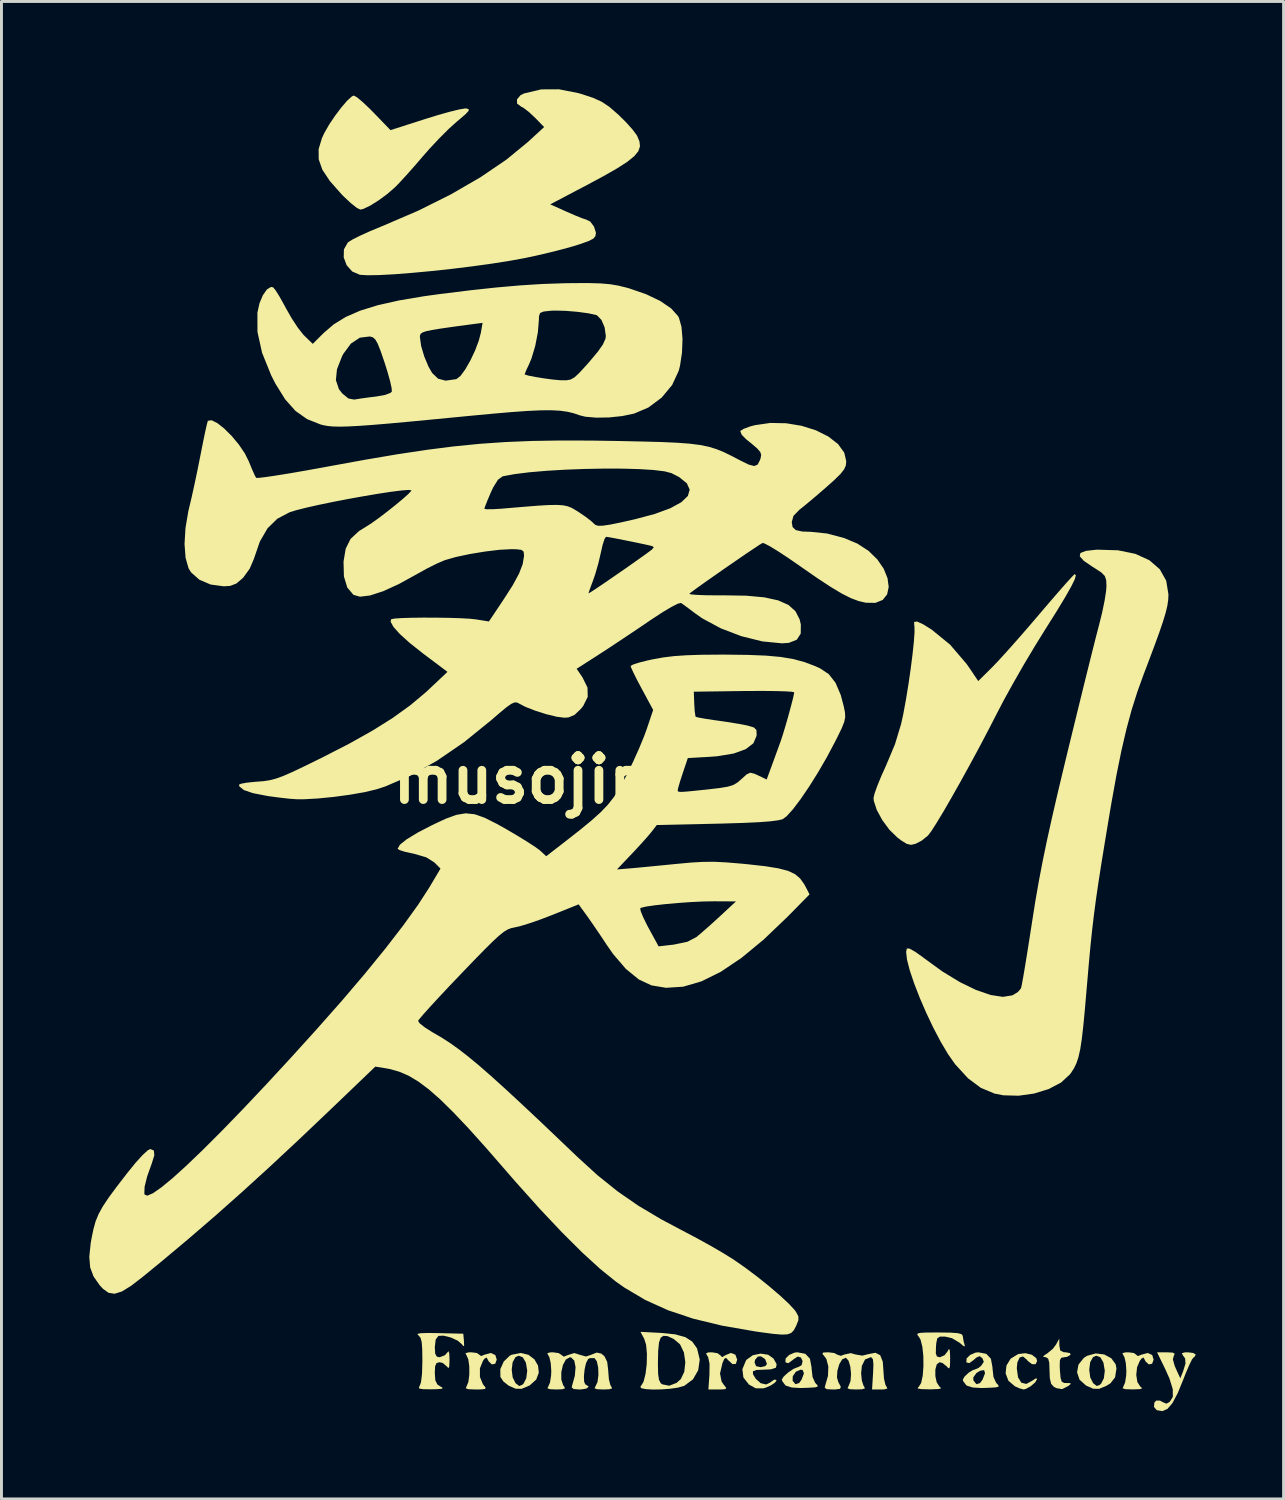
<source format=kicad_pcb>
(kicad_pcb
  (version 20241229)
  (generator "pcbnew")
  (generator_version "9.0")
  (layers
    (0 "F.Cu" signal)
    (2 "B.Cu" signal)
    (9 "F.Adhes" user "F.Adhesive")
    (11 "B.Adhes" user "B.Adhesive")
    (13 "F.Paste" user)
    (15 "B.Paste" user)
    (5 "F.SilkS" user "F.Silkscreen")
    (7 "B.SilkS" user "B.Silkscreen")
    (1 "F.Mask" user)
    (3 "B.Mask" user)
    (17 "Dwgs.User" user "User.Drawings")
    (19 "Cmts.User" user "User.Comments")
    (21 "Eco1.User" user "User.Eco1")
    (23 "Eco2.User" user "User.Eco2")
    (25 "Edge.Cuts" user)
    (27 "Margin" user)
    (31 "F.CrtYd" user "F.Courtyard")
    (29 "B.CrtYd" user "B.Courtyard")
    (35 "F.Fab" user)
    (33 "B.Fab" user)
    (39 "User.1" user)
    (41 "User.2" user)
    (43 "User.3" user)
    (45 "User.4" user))
  (footprint "musojin"
    (layer "F.Cu")
    (at 14.764 23.582)
    (property "Reference" "musojin" (at 0 0 0) (layer "F.SilkS") (effects (font (size 1.5 1.5) (thickness 0.3))))
    (attr board_only exclude_from_pos_files exclude_from_bom)
    (fp_poly (pts (xy 6.694 19.589) (xy 6.795 19.664) (xy 6.852 19.724) (xy 6.97 19.654) (xy 6.97 19.654) (xy 7.153 19.579) (xy 7.303 19.638) (xy 7.366 19.809) (xy 7.366 19.809) (xy 7.32 19.954) (xy 7.207 19.962) (xy 7.064 19.833) (xy 6.982 19.745) (xy 6.923 19.786) (xy 6.864 19.923) (xy 6.779 20.281) (xy 6.833 20.558) (xy 6.913 20.673) (xy 6.991 20.772) (xy 6.963 20.816) (xy 6.802 20.828) (xy 6.718 20.828) (xy 6.382 20.828) (xy 6.418 20.32) (xy 6.422 19.95) (xy 6.373 19.721) (xy 6.35 19.685) (xy 6.301 19.597) (xy 6.376 19.562) (xy 6.502 19.558)) (stroke (width 0) (type solid)) (fill yes) (layer "F.SilkS"))
    (fp_poly (pts (xy 17.432 19.642) (xy 17.581 19.758) (xy 17.611 19.853) (xy 17.559 19.964) (xy 17.436 19.963) (xy 17.293 19.855) (xy 17.261 19.813) (xy 17.128 19.7) (xy 17.012 19.737) (xy 16.935 19.907) (xy 16.916 20.1) (xy 16.958 20.412) (xy 17.071 20.596) (xy 17.24 20.639) (xy 17.447 20.527) (xy 17.456 20.519) (xy 17.57 20.446) (xy 17.611 20.471) (xy 17.545 20.585) (xy 17.394 20.715) (xy 17.225 20.809) (xy 17.147 20.827) (xy 17.012 20.79) (xy 16.85 20.719) (xy 16.629 20.529) (xy 16.535 20.277) (xy 16.562 20.011) (xy 16.706 19.776) (xy 16.962 19.619) (xy 16.963 19.618) (xy 17.207 19.588)) (stroke (width 0) (type solid)) (fill yes) (layer "F.SilkS"))
    (fp_poly (pts (xy -1.525 19.582) (xy -1.44 19.64) (xy -1.439 19.646) (xy -1.38 19.686) (xy -1.263 19.639) (xy -1.046 19.581) (xy -0.895 19.652) (xy -0.847 19.809) (xy -0.899 19.949) (xy -1.013 19.971) (xy -1.124 19.868) (xy -1.14 19.833) (xy -1.193 19.736) (xy -1.259 19.772) (xy -1.318 19.849) (xy -1.422 20.107) (xy -1.421 20.401) (xy -1.319 20.649) (xy -1.299 20.673) (xy -1.227 20.765) (xy -1.248 20.811) (xy -1.391 20.826) (xy -1.57 20.828) (xy -1.811 20.819) (xy -1.906 20.787) (xy -1.88 20.726) (xy -1.816 20.574) (xy -1.784 20.323) (xy -1.785 20.041) (xy -1.819 19.796) (xy -1.88 19.66) (xy -1.915 19.589) (xy -1.815 19.561) (xy -1.71 19.558)) (stroke (width 0) (type solid)) (fill yes) (layer "F.SilkS"))
    (fp_poly (pts (xy 19.901 19.631) (xy 20.143 19.761) (xy 20.293 19.966) (xy 20.32 20.115) (xy 20.273 20.415) (xy 20.112 20.62) (xy 19.975 20.704) (xy 19.729 20.806) (xy 19.525 20.802) (xy 19.284 20.695) (xy 19.061 20.496) (xy 18.975 20.242) (xy 18.991 20.153) (xy 19.391 20.153) (xy 19.425 20.416) (xy 19.523 20.612) (xy 19.528 20.616) (xy 19.648 20.709) (xy 19.748 20.672) (xy 19.799 20.624) (xy 19.89 20.444) (xy 19.922 20.189) (xy 19.922 20.184) (xy 19.875 19.908) (xy 19.77 19.729) (xy 19.629 19.674) (xy 19.52 19.724) (xy 19.422 19.898) (xy 19.391 20.153) (xy 18.991 20.153) (xy 19.023 19.979) (xy 19.203 19.752) (xy 19.319 19.677) (xy 19.611 19.597)) (stroke (width 0) (type solid)) (fill yes) (layer "F.SilkS"))
    (fp_poly (pts (xy 0.235 19.643) (xy 0.439 19.798) (xy 0.563 20.011) (xy 0.59 20.252) (xy 0.502 20.488) (xy 0.282 20.686) (xy 0.248 20.704) (xy -0.000183 20.806) (xy -0.205 20.801) (xy -0.439 20.698) (xy -0.622 20.552) (xy -0.722 20.399) (xy -0.725 20.153) (xy -0.336 20.153) (xy -0.303 20.416) (xy -0.204 20.612) (xy -0.2 20.616) (xy -0.08 20.709) (xy 0.02 20.672) (xy 0.071 20.624) (xy 0.162 20.444) (xy 0.194 20.189) (xy 0.194 20.184) (xy 0.148 19.908) (xy 0.042 19.729) (xy -0.099 19.674) (xy -0.207 19.724) (xy -0.305 19.898) (xy -0.336 20.153) (xy -0.725 20.153) (xy -0.726 20.136) (xy -0.608 19.873) (xy -0.403 19.675) (xy -0.338 19.642) (xy -0.029 19.581)) (stroke (width 0) (type solid)) (fill yes) (layer "F.SilkS"))
    (fp_poly (pts (xy 18.37 19.325) (xy 18.4 19.497) (xy 18.518 19.555) (xy 18.589 19.558) (xy 18.733 19.585) (xy 18.754 19.643) (xy 18.635 19.713) (xy 18.533 19.727) (xy 18.435 19.746) (xy 18.389 19.829) (xy 18.382 20.018) (xy 18.389 20.172) (xy 18.411 20.431) (xy 18.453 20.562) (xy 18.535 20.606) (xy 18.618 20.608) (xy 18.757 20.611) (xy 18.741 20.656) (xy 18.665 20.714) (xy 18.464 20.816) (xy 18.268 20.782) (xy 18.182 20.737) (xy 18.089 20.634) (xy 18.044 20.439) (xy 18.034 20.189) (xy 18.025 19.917) (xy 17.989 19.776) (xy 17.915 19.727) (xy 17.886 19.724) (xy 17.809 19.706) (xy 17.877 19.645) (xy 17.94 19.609) (xy 18.141 19.445) (xy 18.255 19.295) (xy 18.367 19.092)) (stroke (width 0) (type solid)) (fill yes) (layer "F.SilkS"))
    (fp_poly (pts (xy 20.912 19.582) (xy 20.997 19.64) (xy 20.997 19.646) (xy 21.056 19.686) (xy 21.173 19.639) (xy 21.391 19.581) (xy 21.542 19.652) (xy 21.59 19.809) (xy 21.538 19.949) (xy 21.424 19.971) (xy 21.313 19.868) (xy 21.297 19.833) (xy 21.244 19.736) (xy 21.178 19.772) (xy 21.118 19.849) (xy 21.024 20.068) (xy 20.997 20.332) (xy 21.035 20.575) (xy 21.136 20.731) (xy 21.145 20.737) (xy 21.199 20.788) (xy 21.123 20.816) (xy 20.897 20.825) (xy 20.875 20.825) (xy 20.631 20.818) (xy 20.532 20.788) (xy 20.556 20.728) (xy 20.557 20.726) (xy 20.616 20.587) (xy 20.653 20.346) (xy 20.659 20.193) (xy 20.64 19.924) (xy 20.592 19.72) (xy 20.557 19.66) (xy 20.522 19.589) (xy 20.622 19.561) (xy 20.726 19.558)) (stroke (width 0) (type solid)) (fill yes) (layer "F.SilkS"))
    (fp_poly (pts (xy 8.425 19.642) (xy 8.604 19.769) (xy 8.714 19.964) (xy 8.69 20.083) (xy 8.52 20.14) (xy 8.297 20.151) (xy 8.025 20.161) (xy 7.902 20.207) (xy 7.907 20.311) (xy 8.006 20.47) (xy 8.169 20.613) (xy 8.354 20.657) (xy 8.497 20.59) (xy 8.509 20.574) (xy 8.632 20.492) (xy 8.659 20.489) (xy 8.713 20.521) (xy 8.653 20.596) (xy 8.518 20.687) (xy 8.346 20.764) (xy 8.253 20.79) (xy 7.997 20.787) (xy 7.767 20.659) (xy 7.578 20.418) (xy 7.543 20.135) (xy 7.638 19.906) (xy 7.959 19.906) (xy 8.013 20.033) (xy 8.17 20.066) (xy 8.33 20.028) (xy 8.382 19.956) (xy 8.32 19.79) (xy 8.178 19.696) (xy 8.075 19.701) (xy 7.977 19.813) (xy 7.959 19.906) (xy 7.638 19.906) (xy 7.663 19.845) (xy 7.694 19.804) (xy 7.901 19.658) (xy 8.166 19.603)) (stroke (width 0) (type solid)) (fill yes) (layer "F.SilkS"))
    (fp_poly (pts (xy 22.247 19.569) (xy 22.311 19.611) (xy 22.283 19.666) (xy 22.247 19.8) (xy 22.31 20.024) (xy 22.347 20.11) (xy 22.501 20.447) (xy 22.596 20.209) (xy 22.678 19.945) (xy 22.667 19.771) (xy 22.589 19.66) (xy 22.554 19.589) (xy 22.654 19.561) (xy 22.758 19.558) (xy 22.944 19.581) (xy 23.029 19.637) (xy 23.029 19.643) (xy 22.976 19.725) (xy 22.959 19.727) (xy 22.901 19.801) (xy 22.803 20) (xy 22.681 20.288) (xy 22.611 20.468) (xy 22.412 20.955) (xy 22.234 21.291) (xy 22.064 21.49) (xy 21.89 21.567) (xy 21.7 21.535) (xy 21.696 21.534) (xy 21.601 21.423) (xy 21.616 21.274) (xy 21.678 21.207) (xy 21.809 21.208) (xy 21.89 21.254) (xy 22.025 21.313) (xy 22.14 21.251) (xy 22.246 21.08) (xy 22.244 20.819) (xy 22.132 20.456) (xy 21.986 20.13) (xy 21.707 19.558) (xy 22.04 19.558)) (stroke (width 0) (type solid)) (fill yes) (layer "F.SilkS"))
    (fp_poly (pts (xy -5.623 -23.31) (xy -5.436 -23.155) (xy -5.197 -22.93) (xy -5.046 -22.778) (xy -4.476 -22.187) (xy -3.281 -22.57) (xy -2.844 -22.705) (xy -2.451 -22.815) (xy -2.136 -22.892) (xy -1.933 -22.927) (xy -1.891 -22.928) (xy -1.807 -22.904) (xy -1.806 -22.848) (xy -1.904 -22.74) (xy -2.115 -22.557) (xy -2.209 -22.479) (xy -2.484 -22.232) (xy -2.815 -21.901) (xy -3.155 -21.538) (xy -3.369 -21.294) (xy -3.658 -20.958) (xy -3.94 -20.641) (xy -4.179 -20.381) (xy -4.315 -20.242) (xy -4.584 -20.007) (xy -4.885 -19.786) (xy -5.173 -19.606) (xy -5.406 -19.495) (xy -5.506 -19.473) (xy -5.625 -19.531) (xy -5.822 -19.686) (xy -6.062 -19.909) (xy -6.154 -20.003) (xy -6.547 -20.448) (xy -6.803 -20.834) (xy -6.928 -21.189) (xy -6.931 -21.539) (xy -6.818 -21.912) (xy -6.738 -22.085) (xy -6.571 -22.378) (xy -6.365 -22.684) (xy -6.149 -22.969) (xy -5.949 -23.2) (xy -5.792 -23.341) (xy -5.727 -23.368)) (stroke (width 0) (type solid)) (fill yes) (layer "F.SilkS"))
    (fp_poly (pts (xy 9.693 19.61) (xy 9.85 19.776) (xy 9.906 20.071) (xy 9.906 20.105) (xy 9.94 20.402) (xy 10.03 20.601) (xy 10.039 20.61) (xy 10.109 20.685) (xy 10.114 20.73) (xy 10.029 20.755) (xy 9.825 20.768) (xy 9.533 20.778) (xy 9.233 20.761) (xy 9.033 20.698) (xy 9.004 20.676) (xy 8.908 20.546) (xy 8.903 20.531) (xy 9.259 20.531) (xy 9.357 20.648) (xy 9.481 20.609) (xy 9.564 20.495) (xy 9.646 20.277) (xy 9.603 20.165) (xy 9.535 20.151) (xy 9.372 20.22) (xy 9.264 20.376) (xy 9.259 20.531) (xy 8.903 20.531) (xy 8.89 20.489) (xy 8.955 20.385) (xy 9.107 20.248) (xy 9.287 20.126) (xy 9.431 20.067) (xy 9.443 20.066) (xy 9.565 20.001) (xy 9.601 19.859) (xy 9.544 19.738) (xy 9.436 19.703) (xy 9.283 19.801) (xy 9.264 19.819) (xy 9.114 19.929) (xy 9.024 19.906) (xy 9.013 19.89) (xy 9.02 19.769) (xy 9.141 19.648) (xy 9.324 19.569) (xy 9.42 19.558)) (stroke (width 0) (type solid)) (fill yes) (layer "F.SilkS"))
    (fp_poly (pts (xy 15.873 19.61) (xy 16.031 19.776) (xy 16.086 20.071) (xy 16.087 20.105) (xy 16.12 20.402) (xy 16.211 20.601) (xy 16.22 20.61) (xy 16.289 20.685) (xy 16.295 20.73) (xy 16.21 20.755) (xy 16.006 20.768) (xy 15.714 20.778) (xy 15.413 20.761) (xy 15.213 20.698) (xy 15.185 20.676) (xy 15.089 20.549) (xy 15.071 20.496) (xy 15.114 20.418) (xy 15.429 20.418) (xy 15.435 20.519) (xy 15.535 20.646) (xy 15.658 20.612) (xy 15.745 20.495) (xy 15.831 20.274) (xy 15.801 20.167) (xy 15.668 20.186) (xy 15.539 20.265) (xy 15.429 20.418) (xy 15.114 20.418) (xy 15.134 20.384) (xy 15.275 20.252) (xy 15.424 20.162) (xy 15.473 20.151) (xy 15.603 20.096) (xy 15.703 20.015) (xy 15.79 19.881) (xy 15.738 19.758) (xy 15.648 19.69) (xy 15.54 19.735) (xy 15.448 19.816) (xy 15.296 19.928) (xy 15.206 19.907) (xy 15.194 19.89) (xy 15.201 19.769) (xy 15.322 19.648) (xy 15.505 19.569) (xy 15.6 19.558)) (stroke (width 0) (type solid)) (fill yes) (layer "F.SilkS"))
    (fp_poly (pts (xy 4.762 18.896) (xy 5.248 18.945) (xy 5.596 19.041) (xy 5.834 19.196) (xy 5.992 19.422) (xy 5.998 19.436) (xy 6.087 19.807) (xy 6.034 20.17) (xy 5.856 20.481) (xy 5.567 20.697) (xy 5.543 20.708) (xy 5.343 20.764) (xy 5.078 20.803) (xy 4.783 20.825) (xy 4.496 20.83) (xy 4.254 20.817) (xy 4.095 20.787) (xy 4.055 20.738) (xy 4.073 20.719) (xy 4.167 20.564) (xy 4.236 20.293) (xy 4.276 19.958) (xy 4.276 19.956) (xy 4.658 19.956) (xy 4.665 20.292) (xy 4.695 20.497) (xy 4.754 20.612) (xy 4.805 20.651) (xy 5.044 20.7) (xy 5.297 20.602) (xy 5.44 20.473) (xy 5.559 20.223) (xy 5.594 19.898) (xy 5.547 19.566) (xy 5.42 19.297) (xy 5.397 19.27) (xy 5.196 19.102) (xy 4.986 19.005) (xy 4.847 18.995) (xy 4.753 19.06) (xy 4.696 19.222) (xy 4.667 19.504) (xy 4.658 19.931) (xy 4.658 19.956) (xy 4.276 19.956) (xy 4.283 19.611) (xy 4.255 19.304) (xy 4.193 19.103) (xy 4.063 18.859)) (stroke (width 0) (type solid)) (fill yes) (layer "F.SilkS"))
    (fp_poly (pts (xy -2.836 18.903) (xy -1.99 18.923) (xy -1.967 19.177) (xy -1.961 19.336) (xy -1.993 19.344) (xy -2.031 19.289) (xy -2.179 19.161) (xy -2.416 19.052) (xy -2.664 18.989) (xy -2.84 18.997) (xy -2.932 19.121) (xy -2.963 19.386) (xy -2.949 19.609) (xy -2.892 19.708) (xy -2.798 19.727) (xy -2.621 19.66) (xy -2.547 19.579) (xy -2.494 19.521) (xy -2.468 19.595) (xy -2.46 19.812) (xy -2.468 20.032) (xy -2.495 20.103) (xy -2.547 20.045) (xy -2.694 19.921) (xy -2.798 19.897) (xy -2.903 19.924) (xy -2.952 20.035) (xy -2.963 20.265) (xy -2.945 20.516) (xy -2.874 20.657) (xy -2.773 20.725) (xy -2.691 20.775) (xy -2.725 20.805) (xy -2.894 20.818) (xy -3.086 20.822) (xy -3.364 20.818) (xy -3.496 20.794) (xy -3.505 20.745) (xy -3.488 20.726) (xy -3.434 20.582) (xy -3.399 20.288) (xy -3.387 19.862) (xy -3.387 19.842) (xy -3.392 19.46) (xy -3.41 19.213) (xy -3.449 19.066) (xy -3.512 18.985) (xy -3.535 18.97) (xy -3.557 18.93) (xy -3.449 18.906) (xy -3.198 18.898)) (stroke (width 0) (type solid)) (fill yes) (layer "F.SilkS"))
    (fp_poly (pts (xy 14.645 18.886) (xy 14.893 18.903) (xy 15.026 18.937) (xy 15.07 18.992) (xy 15.071 19.001) (xy 15.099 19.182) (xy 15.127 19.276) (xy 15.144 19.36) (xy 15.081 19.333) (xy 14.965 19.233) (xy 14.704 19.077) (xy 14.464 19.021) (xy 14.286 19.023) (xy 14.2 19.082) (xy 14.166 19.244) (xy 14.156 19.367) (xy 14.15 19.596) (xy 14.189 19.702) (xy 14.289 19.727) (xy 14.291 19.727) (xy 14.449 19.658) (xy 14.544 19.537) (xy 14.598 19.446) (xy 14.626 19.475) (xy 14.637 19.645) (xy 14.639 19.77) (xy 14.635 20.011) (xy 14.614 20.108) (xy 14.563 20.086) (xy 14.529 20.045) (xy 14.379 19.924) (xy 14.278 19.897) (xy 14.183 19.968) (xy 14.135 20.144) (xy 14.134 20.368) (xy 14.179 20.58) (xy 14.269 20.724) (xy 14.287 20.737) (xy 14.332 20.785) (xy 14.246 20.812) (xy 14.014 20.822) (xy 13.928 20.823) (xy 13.654 20.816) (xy 13.532 20.794) (xy 13.545 20.751) (xy 13.568 20.737) (xy 13.649 20.605) (xy 13.703 20.356) (xy 13.727 20.035) (xy 13.724 19.692) (xy 13.691 19.374) (xy 13.63 19.13) (xy 13.576 19.035) (xy 13.52 18.964) (xy 13.526 18.919) (xy 13.619 18.894) (xy 13.824 18.883) (xy 14.169 18.881) (xy 14.253 18.881)) (stroke (width 0) (type solid)) (fill yes) (layer "F.SilkS"))
    (fp_poly (pts (xy 10.681 19.583) (xy 10.795 19.643) (xy 10.795 19.643) (xy 10.908 19.679) (xy 11.023 19.634) (xy 11.251 19.586) (xy 11.392 19.629) (xy 11.639 19.672) (xy 11.84 19.622) (xy 12.088 19.574) (xy 12.251 19.657) (xy 12.339 19.881) (xy 12.361 20.186) (xy 12.38 20.457) (xy 12.427 20.663) (xy 12.463 20.726) (xy 12.496 20.795) (xy 12.397 20.824) (xy 12.268 20.828) (xy 11.972 20.828) (xy 12.007 20.278) (xy 12.019 19.97) (xy 12.002 19.799) (xy 11.952 19.732) (xy 11.922 19.727) (xy 11.733 19.802) (xy 11.625 20.019) (xy 11.599 20.278) (xy 11.623 20.522) (xy 11.681 20.7) (xy 11.701 20.726) (xy 11.729 20.79) (xy 11.632 20.821) (xy 11.437 20.828) (xy 11.216 20.82) (xy 11.135 20.786) (xy 11.166 20.714) (xy 11.171 20.708) (xy 11.237 20.541) (xy 11.255 20.302) (xy 11.231 20.05) (xy 11.17 19.845) (xy 11.08 19.745) (xy 11.075 19.744) (xy 10.955 19.796) (xy 10.854 19.962) (xy 10.788 20.187) (xy 10.774 20.415) (xy 10.822 20.58) (xy 10.905 20.734) (xy 10.88 20.806) (xy 10.721 20.827) (xy 10.617 20.828) (xy 10.419 20.816) (xy 10.355 20.765) (xy 10.376 20.68) (xy 10.467 20.363) (xy 10.479 20.045) (xy 10.414 19.791) (xy 10.368 19.723) (xy 10.276 19.609) (xy 10.307 19.565) (xy 10.481 19.558)) (stroke (width 0) (type solid)) (fill yes) (layer "F.SilkS"))
    (fp_poly (pts (xy 18.933 -6.984) (xy 18.898 -6.85) (xy 18.782 -6.611) (xy 18.583 -6.258) (xy 18.296 -5.783) (xy 17.917 -5.179) (xy 17.881 -5.122) (xy 17.531 -4.558) (xy 17.159 -3.935) (xy 16.797 -3.303) (xy 16.473 -2.717) (xy 16.248 -2.286) (xy 15.953 -1.712) (xy 15.638 -1.113) (xy 15.313 -0.512) (xy 14.993 0.069) (xy 14.688 0.609) (xy 14.413 1.085) (xy 14.177 1.475) (xy 13.996 1.758) (xy 13.883 1.907) (xy 13.668 2.081) (xy 13.457 2.19) (xy 13.302 2.225) (xy 13.157 2.192) (xy 12.967 2.074) (xy 12.836 1.974) (xy 12.566 1.711) (xy 12.321 1.379) (xy 12.132 1.03) (xy 12.031 0.718) (xy 12.023 0.622) (xy 12.058 0.472) (xy 12.152 0.208) (xy 12.292 -0.132) (xy 12.447 -0.476) (xy 12.755 -1.21) (xy 12.966 -1.908) (xy 13.038 -2.236) (xy 13.131 -2.741) (xy 13.217 -3.27) (xy 13.293 -3.795) (xy 13.355 -4.284) (xy 13.4 -4.707) (xy 13.423 -5.034) (xy 13.421 -5.233) (xy 13.415 -5.263) (xy 13.409 -5.388) (xy 13.509 -5.403) (xy 13.721 -5.306) (xy 14.004 -5.13) (xy 14.637 -4.614) (xy 15.196 -3.961) (xy 15.323 -3.78) (xy 15.599 -3.369) (xy 16.075 -3.841) (xy 16.28 -4.055) (xy 16.567 -4.369) (xy 16.911 -4.755) (xy 17.285 -5.184) (xy 17.664 -5.627) (xy 17.695 -5.664) (xy 18.039 -6.067) (xy 18.347 -6.423) (xy 18.601 -6.712) (xy 18.786 -6.916) (xy 18.884 -7.014) (xy 18.894 -7.021)) (stroke (width 0) (type solid)) (fill yes) (layer "F.SilkS"))
    (fp_poly (pts (xy 1.27 19.586) (xy 1.372 19.653) (xy 1.373 19.655) (xy 1.442 19.706) (xy 1.602 19.646) (xy 1.602 19.646) (xy 1.802 19.583) (xy 1.99 19.643) (xy 2.201 19.701) (xy 2.355 19.651) (xy 2.567 19.567) (xy 2.724 19.602) (xy 2.83 19.691) (xy 2.926 19.886) (xy 2.963 20.201) (xy 2.963 20.224) (xy 2.984 20.484) (xy 3.035 20.679) (xy 3.065 20.726) (xy 3.093 20.79) (xy 2.995 20.821) (xy 2.794 20.828) (xy 2.57 20.818) (xy 2.492 20.783) (xy 2.523 20.726) (xy 2.595 20.571) (xy 2.626 20.335) (xy 2.618 20.079) (xy 2.572 19.865) (xy 2.492 19.756) (xy 2.329 19.757) (xy 2.271 19.793) (xy 2.203 19.927) (xy 2.155 20.137) (xy 2.131 20.368) (xy 2.137 20.56) (xy 2.178 20.656) (xy 2.19 20.659) (xy 2.281 20.717) (xy 2.286 20.743) (xy 2.211 20.799) (xy 2.027 20.827) (xy 1.981 20.828) (xy 1.78 20.813) (xy 1.714 20.758) (xy 1.727 20.693) (xy 1.821 20.36) (xy 1.845 20.064) (xy 1.802 19.843) (xy 1.693 19.733) (xy 1.652 19.727) (xy 1.516 19.802) (xy 1.414 19.99) (xy 1.358 20.236) (xy 1.358 20.487) (xy 1.424 20.687) (xy 1.456 20.726) (xy 1.484 20.79) (xy 1.387 20.821) (xy 1.185 20.828) (xy 0.962 20.818) (xy 0.883 20.783) (xy 0.914 20.726) (xy 0.973 20.587) (xy 1.01 20.346) (xy 1.016 20.193) (xy 0.997 19.924) (xy 0.949 19.72) (xy 0.914 19.66) (xy 0.879 19.589) (xy 0.979 19.561) (xy 1.077 19.558)) (stroke (width 0) (type solid)) (fill yes) (layer "F.SilkS"))
    (fp_poly (pts (xy 1.943 -23.451) (xy 2.058 -23.418) (xy 2.449 -23.288) (xy 2.739 -23.156) (xy 2.993 -22.987) (xy 3.276 -22.743) (xy 3.304 -22.718) (xy 3.565 -22.461) (xy 3.788 -22.212) (xy 3.932 -22.019) (xy 3.949 -21.991) (xy 4.027 -21.804) (xy 4.046 -21.635) (xy 3.992 -21.471) (xy 3.852 -21.299) (xy 3.614 -21.106) (xy 3.263 -20.88) (xy 2.786 -20.608) (xy 2.171 -20.278) (xy 2.12 -20.252) (xy 0.98 -19.652) (xy 1.556 -19.393) (xy 1.844 -19.268) (xy 2.072 -19.176) (xy 2.197 -19.135) (xy 2.203 -19.135) (xy 2.347 -19.063) (xy 2.475 -18.893) (xy 2.539 -18.691) (xy 2.54 -18.667) (xy 2.522 -18.562) (xy 2.448 -18.478) (xy 2.286 -18.396) (xy 2.004 -18.296) (xy 1.855 -18.248) (xy 1.487 -18.142) (xy 1.018 -18.022) (xy 0.512 -17.903) (xy 0.115 -17.818) (xy -0.416 -17.721) (xy -1.028 -17.625) (xy -1.693 -17.533) (xy -2.383 -17.448) (xy -3.072 -17.374) (xy -3.732 -17.312) (xy -4.334 -17.265) (xy -4.852 -17.237) (xy -5.258 -17.23) (xy -5.523 -17.246) (xy -5.784 -17.359) (xy -5.974 -17.573) (xy -6.074 -17.841) (xy -6.067 -18.115) (xy -5.935 -18.347) (xy -5.927 -18.355) (xy -5.786 -18.445) (xy -5.522 -18.578) (xy -5.173 -18.736) (xy -4.773 -18.903) (xy -4.72 -18.924) (xy -3.525 -19.438) (xy -2.411 -19.994) (xy -1.4 -20.58) (xy -0.513 -21.183) (xy 0.213 -21.779) (xy 0.772 -22.292) (xy 0.454 -22.618) (xy 0.245 -22.812) (xy 0.06 -22.953) (xy -0.017 -22.992) (xy -0.153 -23.095) (xy -0.155 -23.239) (xy -0.036 -23.379) (xy 0.086 -23.44) (xy 0.672 -23.579) (xy 1.279 -23.582)) (stroke (width 0) (type solid)) (fill yes) (layer "F.SilkS"))
    (fp_poly (pts (xy 20.373 -7.836) (xy 20.966 -7.714) (xy 21.445 -7.496) (xy 21.8 -7.188) (xy 22.02 -6.796) (xy 22.096 -6.327) (xy 22.096 -6.316) (xy 22.088 -6.139) (xy 22.059 -5.943) (xy 22.002 -5.706) (xy 21.912 -5.407) (xy 21.782 -5.024) (xy 21.604 -4.537) (xy 21.373 -3.923) (xy 21.253 -3.609) (xy 21.035 -3.005) (xy 20.839 -2.386) (xy 20.66 -1.724) (xy 20.489 -0.99) (xy 20.32 -0.155) (xy 20.146 0.808) (xy 20.075 1.228) (xy 19.927 2.119) (xy 19.804 2.874) (xy 19.703 3.524) (xy 19.619 4.1) (xy 19.549 4.631) (xy 19.488 5.149) (xy 19.432 5.684) (xy 19.378 6.268) (xy 19.321 6.931) (xy 19.305 7.112) (xy 19.243 7.835) (xy 19.188 8.412) (xy 19.136 8.863) (xy 19.082 9.212) (xy 19.021 9.48) (xy 18.951 9.69) (xy 18.866 9.864) (xy 18.762 10.023) (xy 18.731 10.064) (xy 18.43 10.343) (xy 18.01 10.564) (xy 17.512 10.719) (xy 16.98 10.794) (xy 16.458 10.78) (xy 16.156 10.721) (xy 15.69 10.527) (xy 15.251 10.2) (xy 14.814 9.723) (xy 14.805 9.712) (xy 14.568 9.374) (xy 14.318 8.952) (xy 14.066 8.474) (xy 13.824 7.965) (xy 13.602 7.452) (xy 13.411 6.96) (xy 13.262 6.518) (xy 13.167 6.15) (xy 13.136 5.883) (xy 13.161 5.765) (xy 13.251 5.769) (xy 13.441 5.874) (xy 13.708 6.063) (xy 13.765 6.107) (xy 14.375 6.55) (xy 14.967 6.911) (xy 15.522 7.181) (xy 16.019 7.353) (xy 16.44 7.417) (xy 16.764 7.366) (xy 16.765 7.366) (xy 16.955 7.251) (xy 17.06 7.125) (xy 17.087 7.006) (xy 17.135 6.743) (xy 17.2 6.361) (xy 17.277 5.884) (xy 17.364 5.335) (xy 17.443 4.826) (xy 17.55 4.147) (xy 17.666 3.482) (xy 17.796 2.802) (xy 17.946 2.078) (xy 18.122 1.281) (xy 18.33 0.383) (xy 18.576 -0.644) (xy 18.625 -0.847) (xy 18.817 -1.634) (xy 19.006 -2.406) (xy 19.186 -3.139) (xy 19.352 -3.809) (xy 19.498 -4.394) (xy 19.618 -4.869) (xy 19.707 -5.212) (xy 19.73 -5.299) (xy 19.833 -5.716) (xy 19.915 -6.114) (xy 19.966 -6.441) (xy 19.979 -6.611) (xy 19.97 -6.818) (xy 19.922 -6.958) (xy 19.804 -7.078) (xy 19.58 -7.225) (xy 19.509 -7.268) (xy 19.207 -7.474) (xy 19.067 -7.63) (xy 19.089 -7.743) (xy 19.275 -7.816) (xy 19.627 -7.855) (xy 19.674 -7.857)) (stroke (width 0) (type solid)) (fill yes) (layer "F.SilkS"))
    (fp_poly (pts (xy 2.702 -16.952) (xy 3.023 -16.924) (xy 3.309 -16.876) (xy 3.606 -16.802) (xy 3.683 -16.78) (xy 4.254 -16.583) (xy 4.739 -16.351) (xy 5.111 -16.097) (xy 5.345 -15.836) (xy 5.375 -15.782) (xy 5.463 -15.47) (xy 5.498 -15.055) (xy 5.481 -14.592) (xy 5.413 -14.139) (xy 5.368 -13.964) (xy 5.143 -13.48) (xy 4.786 -13.051) (xy 4.332 -12.712) (xy 3.844 -12.505) (xy 3.441 -12.421) (xy 2.992 -12.374) (xy 2.553 -12.366) (xy 2.181 -12.398) (xy 1.991 -12.445) (xy 1.784 -12.516) (xy 1.566 -12.568) (xy 1.319 -12.603) (xy 1.022 -12.619) (xy 0.658 -12.617) (xy 0.207 -12.596) (xy -0.351 -12.556) (xy -1.034 -12.497) (xy -1.862 -12.419) (xy -2.073 -12.398) (xy -3.046 -12.304) (xy -3.865 -12.226) (xy -4.547 -12.164) (xy -5.107 -12.117) (xy -5.559 -12.085) (xy -5.921 -12.066) (xy -6.206 -12.059) (xy -6.43 -12.064) (xy -6.609 -12.08) (xy -6.757 -12.106) (xy -6.863 -12.133) (xy -7.324 -12.316) (xy -7.72 -12.595) (xy -8.074 -12.992) (xy -8.407 -13.528) (xy -8.468 -13.648) (xy -6.341 -13.648) (xy -6.238 -13.34) (xy -6.12 -13.189) (xy -5.913 -13.021) (xy -5.718 -12.984) (xy -5.675 -12.99) (xy -5.472 -13.023) (xy -5.178 -13.063) (xy -4.967 -13.088) (xy -4.673 -13.14) (xy -4.481 -13.21) (xy -4.43 -13.258) (xy -4.438 -13.381) (xy -4.493 -13.626) (xy -4.585 -13.953) (xy -4.676 -14.242) (xy -4.809 -14.63) (xy -4.909 -14.884) (xy -4.992 -15.034) (xy -5.076 -15.109) (xy -5.102 -15.117) (xy -3.471 -15.117) (xy -3.43 -14.817) (xy -3.322 -14.453) (xy -3.175 -14.103) (xy -3.052 -13.891) (xy -2.85 -13.697) (xy -2.592 -13.63) (xy -2.24 -13.68) (xy -2.222 -13.685) (xy -2.088 -13.789) (xy -2.049 -13.841) (xy 0.108 -13.841) (xy 0.233 -13.803) (xy 0.472 -13.756) (xy 0.768 -13.708) (xy 1.068 -13.668) (xy 1.316 -13.645) (xy 1.361 -13.643) (xy 1.541 -13.643) (xy 1.681 -13.67) (xy 1.814 -13.747) (xy 1.976 -13.898) (xy 2.201 -14.144) (xy 2.314 -14.271) (xy 2.602 -14.614) (xy 2.78 -14.868) (xy 2.866 -15.059) (xy 2.879 -15.157) (xy 2.837 -15.452) (xy 2.729 -15.705) (xy 2.581 -15.858) (xy 2.548 -15.872) (xy 2.275 -15.932) (xy 1.903 -15.982) (xy 1.501 -16.015) (xy 1.14 -16.024) (xy 0.995 -16.018) (xy 0.752 -15.991) (xy 0.634 -15.941) (xy 0.596 -15.832) (xy 0.593 -15.709) (xy 0.558 -15.284) (xy 0.467 -14.813) (xy 0.337 -14.381) (xy 0.255 -14.186) (xy 0.159 -13.983) (xy 0.11 -13.858) (xy 0.108 -13.841) (xy -2.049 -13.841) (xy -1.923 -14.013) (xy -1.749 -14.317) (xy -1.586 -14.661) (xy -1.458 -15.003) (xy -1.388 -15.274) (xy -1.331 -15.605) (xy -1.745 -15.55) (xy -2.324 -15.472) (xy -2.757 -15.41) (xy -3.064 -15.36) (xy -3.268 -15.316) (xy -3.389 -15.273) (xy -3.449 -15.225) (xy -3.469 -15.167) (xy -3.471 -15.117) (xy -5.102 -15.117) (xy -5.177 -15.138) (xy -5.187 -15.139) (xy -5.523 -15.098) (xy -5.827 -14.897) (xy -6.088 -14.544) (xy -6.13 -14.464) (xy -6.305 -14.017) (xy -6.341 -13.648) (xy -8.468 -13.648) (xy -8.55 -13.809) (xy -8.863 -14.584) (xy -9.02 -15.297) (xy -9.022 -15.949) (xy -9.021 -15.957) (xy -8.951 -16.273) (xy -8.836 -16.547) (xy -8.697 -16.745) (xy -8.558 -16.831) (xy -8.483 -16.816) (xy -8.402 -16.718) (xy -8.27 -16.507) (xy -8.11 -16.222) (xy -8.044 -16.098) (xy -7.849 -15.756) (xy -7.64 -15.438) (xy -7.454 -15.202) (xy -7.416 -15.163) (xy -7.131 -14.887) (xy -6.756 -15.261) (xy -6.413 -15.555) (xy -6.004 -15.806) (xy -5.511 -16.021) (xy -4.914 -16.206) (xy -4.196 -16.368) (xy -3.337 -16.513) (xy -2.794 -16.588) (xy -1.756 -16.716) (xy -0.849 -16.814) (xy -0.038 -16.885) (xy 0.713 -16.932) (xy 1.439 -16.957) (xy 1.778 -16.962) (xy 2.302 -16.963)) (stroke (width 0) (type solid)) (fill yes) (layer "F.SilkS"))
    (fp_poly (pts (xy 6.985 -4.272) (xy 7.738 -4.263) (xy 8.353 -4.238) (xy 8.859 -4.192) (xy 9.286 -4.12) (xy 9.664 -4.018) (xy 10.023 -3.882) (xy 10.195 -3.805) (xy 10.495 -3.605) (xy 10.726 -3.309) (xy 10.904 -2.891) (xy 11.008 -2.498) (xy 11.047 -2.301) (xy 11.056 -2.141) (xy 11.023 -1.976) (xy 10.939 -1.764) (xy 10.792 -1.461) (xy 10.709 -1.298) (xy 10.429 -0.77) (xy 10.129 -0.252) (xy 9.825 0.233) (xy 9.535 0.66) (xy 9.274 1.005) (xy 9.06 1.243) (xy 8.928 1.343) (xy 8.774 1.385) (xy 8.506 1.421) (xy 8.111 1.451) (xy 7.575 1.476) (xy 6.887 1.497) (xy 6.649 1.503) (xy 4.62 1.548) (xy 4.45 1.769) (xy 4.313 1.933) (xy 4.099 2.174) (xy 3.846 2.448) (xy 3.77 2.528) (xy 3.26 3.065) (xy 3.725 3.027) (xy 3.991 3.003) (xy 4.375 2.966) (xy 4.826 2.922) (xy 5.294 2.876) (xy 5.314 2.874) (xy 5.801 2.829) (xy 6.21 2.806) (xy 6.597 2.804) (xy 7.019 2.826) (xy 7.532 2.869) (xy 7.736 2.889) (xy 8.325 2.955) (xy 8.771 3.027) (xy 9.101 3.113) (xy 9.341 3.226) (xy 9.517 3.375) (xy 9.655 3.57) (xy 9.704 3.659) (xy 9.837 3.917) (xy 9.089 4.678) (xy 8.272 5.459) (xy 7.513 6.086) (xy 6.806 6.561) (xy 6.144 6.888) (xy 5.522 7.07) (xy 4.935 7.108) (xy 4.442 7.026) (xy 4.006 6.824) (xy 3.563 6.462) (xy 3.125 5.951) (xy 2.916 5.65) (xy 2.688 5.307) (xy 2.453 4.962) (xy 2.257 4.681) (xy 2.233 4.648) (xy 2.046 4.39) (xy 4.054 4.39) (xy 4.068 4.484) (xy 4.15 4.687) (xy 4.284 4.962) (xy 4.341 5.068) (xy 4.681 5.692) (xy 5.198 5.633) (xy 5.665 5.535) (xy 5.969 5.377) (xy 6.15 5.226) (xy 6.407 5.001) (xy 6.692 4.743) (xy 6.773 4.668) (xy 7.324 4.157) (xy 6.586 4.153) (xy 6.22 4.159) (xy 5.799 4.179) (xy 5.357 4.21) (xy 4.93 4.248) (xy 4.552 4.29) (xy 4.258 4.333) (xy 4.084 4.374) (xy 4.054 4.39) (xy 2.046 4.39) (xy 1.951 4.258) (xy 1.039 4.624) (xy 0.636 4.778) (xy 0.252 4.911) (xy -0.065 5.007) (xy -0.235 5.045) (xy -0.355 5.07) (xy -0.473 5.116) (xy -0.606 5.197) (xy -0.771 5.329) (xy -0.985 5.526) (xy -1.265 5.804) (xy -1.628 6.175) (xy -2.055 6.62) (xy -2.458 7.042) (xy -2.819 7.427) (xy -3.123 7.757) (xy -3.354 8.015) (xy -3.496 8.183) (xy -3.535 8.239) (xy -3.476 8.325) (xy -3.301 8.462) (xy -3.044 8.626) (xy -2.964 8.671) (xy -2.698 8.828) (xy -2.425 9.005) (xy -2.135 9.213) (xy -1.816 9.461) (xy -1.455 9.76) (xy -1.041 10.121) (xy -0.563 10.553) (xy -0.007 11.067) (xy 0.638 11.673) (xy 1.383 12.382) (xy 1.911 12.886) (xy 2.603 13.517) (xy 3.28 14.06) (xy 3.988 14.55) (xy 4.775 15.018) (xy 5.52 15.413) (xy 5.981 15.656) (xy 6.461 15.921) (xy 6.902 16.178) (xy 7.239 16.388) (xy 7.632 16.661) (xy 8.048 16.973) (xy 8.456 17.3) (xy 8.825 17.616) (xy 9.126 17.895) (xy 9.328 18.113) (xy 9.368 18.168) (xy 9.454 18.325) (xy 9.458 18.459) (xy 9.38 18.654) (xy 9.37 18.674) (xy 9.298 18.808) (xy 9.211 18.897) (xy 9.082 18.945) (xy 8.883 18.953) (xy 8.584 18.927) (xy 8.156 18.87) (xy 7.959 18.841) (xy 6.84 18.646) (xy 5.862 18.409) (xy 4.999 18.12) (xy 4.226 17.77) (xy 3.517 17.35) (xy 3.217 17.139) (xy 2.687 16.711) (xy 2.071 16.148) (xy 1.378 15.458) (xy 0.614 14.648) (xy -0.213 13.724) (xy -0.551 13.335) (xy -1.228 12.557) (xy -1.816 11.903) (xy -2.328 11.362) (xy -2.774 10.923) (xy -3.169 10.576) (xy -3.526 10.309) (xy -3.856 10.112) (xy -4.173 9.975) (xy -4.489 9.885) (xy -4.645 9.856) (xy -4.995 9.8) (xy -6.486 11.229) (xy -7.586 12.275) (xy -8.599 13.22) (xy -9.552 14.088) (xy -10.471 14.904) (xy -11.384 15.69) (xy -12.316 16.471) (xy -12.939 16.981) (xy -13.341 17.291) (xy -13.652 17.481) (xy -13.899 17.558) (xy -14.105 17.526) (xy -14.297 17.389) (xy -14.411 17.265) (xy -14.619 16.967) (xy -14.734 16.659) (xy -14.764 16.296) (xy -14.717 15.836) (xy -14.685 15.653) (xy -14.621 15.346) (xy -14.548 15.084) (xy -14.447 14.838) (xy -14.305 14.578) (xy -14.103 14.275) (xy -13.826 13.9) (xy -13.472 13.441) (xy -13.186 13.088) (xy -12.944 12.821) (xy -12.765 12.658) (xy -12.681 12.615) (xy -12.558 12.667) (xy -12.543 12.829) (xy -12.626 13.097) (xy -12.787 13.548) (xy -12.875 13.902) (xy -12.884 14.136) (xy -12.875 14.168) (xy -12.784 14.209) (xy -12.589 14.125) (xy -12.296 13.92) (xy -11.908 13.6) (xy -11.432 13.168) (xy -10.872 12.63) (xy -10.233 11.991) (xy -9.519 11.254) (xy -8.736 10.425) (xy -7.889 9.508) (xy -7.001 8.528) (xy -6.138 7.552) (xy -5.35 6.626) (xy -4.647 5.763) (xy -4.039 4.975) (xy -3.536 4.276) (xy -3.148 3.677) (xy -3.127 3.641) (xy -2.768 3.036) (xy -2.975 2.828) (xy -3.252 2.652) (xy -3.68 2.528) (xy -3.708 2.523) (xy -3.98 2.463) (xy -4.169 2.403) (xy -4.233 2.359) (xy -4.154 2.22) (xy -3.92 2.033) (xy -3.539 1.802) (xy -3.053 1.55) (xy -2.594 1.335) (xy -2.226 1.201) (xy -1.909 1.148) (xy -1.601 1.18) (xy -1.261 1.299) (xy -0.847 1.507) (xy -0.518 1.691) (xy -0.138 1.915) (xy 0.205 2.126) (xy 0.475 2.302) (xy 0.635 2.42) (xy 0.642 2.427) (xy 0.843 2.614) (xy 1.459 2.137) (xy 1.98 1.729) (xy 2.387 1.395) (xy 2.704 1.11) (xy 2.952 0.851) (xy 3.156 0.59) (xy 3.307 0.355) (xy 5.334 0.355) (xy 5.338 0.39) (xy 5.369 0.411) (xy 5.453 0.417) (xy 5.62 0.407) (xy 5.897 0.38) (xy 6.311 0.337) (xy 6.368 0.331) (xy 6.77 0.284) (xy 7.044 0.238) (xy 7.232 0.18) (xy 7.375 0.096) (xy 7.514 -0.024) (xy 7.689 -0.182) (xy 7.811 -0.238) (xy 7.95 -0.206) (xy 8.08 -0.147) (xy 8.373 -0.007) (xy 8.551 -0.49) (xy 8.672 -0.822) (xy 8.791 -1.15) (xy 8.85 -1.312) (xy 8.925 -1.54) (xy 9.018 -1.847) (xy 9.115 -2.186) (xy 9.204 -2.515) (xy 9.274 -2.787) (xy 9.31 -2.957) (xy 9.313 -2.985) (xy 9.233 -3.004) (xy 9.008 -3.018) (xy 8.665 -3.028) (xy 8.228 -3.032) (xy 7.722 -3.03) (xy 7.599 -3.029) (xy 5.884 -3.006) (xy 5.899 -2.596) (xy 5.914 -2.35) (xy 5.937 -2.185) (xy 5.949 -2.15) (xy 6.044 -2.123) (xy 6.266 -2.083) (xy 6.573 -2.036) (xy 6.697 -2.019) (xy 7.074 -1.965) (xy 7.428 -1.906) (xy 7.693 -1.855) (xy 7.731 -1.846) (xy 7.939 -1.783) (xy 8.024 -1.696) (xy 8.03 -1.533) (xy 8.027 -1.498) (xy 7.92 -1.245) (xy 7.657 -1.043) (xy 7.246 -0.894) (xy 6.692 -0.802) (xy 6.435 -0.782) (xy 5.68 -0.739) (xy 5.507 -0.226) (xy 5.417 0.05) (xy 5.355 0.262) (xy 5.334 0.355) (xy 3.307 0.355) (xy 3.339 0.305) (xy 3.523 -0.031) (xy 3.59 -0.16) (xy 3.803 -0.597) (xy 4.011 -1.058) (xy 4.185 -1.481) (xy 4.275 -1.726) (xy 4.496 -2.383) (xy 4.111 -3.096) (xy 3.944 -3.411) (xy 3.814 -3.672) (xy 3.738 -3.842) (xy 3.725 -3.883) (xy 3.803 -3.931) (xy 4.01 -3.999) (xy 4.311 -4.075) (xy 4.508 -4.117) (xy 4.852 -4.178) (xy 5.212 -4.222) (xy 5.624 -4.25) (xy 6.124 -4.267) (xy 6.745 -4.272)) (stroke (width 0) (type solid)) (fill yes) (layer "F.SilkS"))
    (fp_poly (pts (xy -10.391 -12.181) (xy -10.155 -11.994) (xy -9.902 -11.743) (xy -9.66 -11.453) (xy -9.454 -11.15) (xy -9.317 -10.877) (xy -9.206 -10.605) (xy -9.114 -10.399) (xy -9.065 -10.31) (xy -8.972 -10.31) (xy -8.733 -10.338) (xy -8.371 -10.392) (xy -7.905 -10.467) (xy -7.357 -10.562) (xy -6.749 -10.672) (xy -6.56 -10.707) (xy -5.331 -10.931) (xy -4.234 -11.117) (xy -3.239 -11.267) (xy -2.312 -11.385) (xy -1.424 -11.473) (xy -0.541 -11.534) (xy 0.368 -11.571) (xy 1.335 -11.586) (xy 2.391 -11.583) (xy 3.35 -11.568) (xy 4.147 -11.551) (xy 4.797 -11.533) (xy 5.323 -11.509) (xy 5.75 -11.477) (xy 6.099 -11.432) (xy 6.394 -11.372) (xy 6.658 -11.291) (xy 6.913 -11.187) (xy 7.184 -11.055) (xy 7.456 -10.912) (xy 7.755 -10.765) (xy 7.946 -10.714) (xy 8.064 -10.763) (xy 8.143 -10.914) (xy 8.165 -10.981) (xy 8.185 -11.09) (xy 8.156 -11.19) (xy 8.053 -11.311) (xy 7.852 -11.484) (xy 7.67 -11.63) (xy 7.524 -11.778) (xy 7.473 -11.898) (xy 7.479 -11.916) (xy 7.588 -11.985) (xy 7.805 -12.065) (xy 7.967 -12.109) (xy 8.498 -12.186) (xy 9.041 -12.175) (xy 9.569 -12.087) (xy 10.058 -11.933) (xy 10.481 -11.721) (xy 10.811 -11.464) (xy 11.023 -11.171) (xy 11.091 -10.878) (xy 11.077 -10.734) (xy 11.017 -10.598) (xy 10.89 -10.439) (xy 10.672 -10.226) (xy 10.429 -10.009) (xy 10.118 -9.739) (xy 9.825 -9.491) (xy 9.591 -9.299) (xy 9.497 -9.226) (xy 9.288 -9.012) (xy 9.229 -8.798) (xy 9.259 -8.628) (xy 9.368 -8.526) (xy 9.589 -8.477) (xy 9.892 -8.466) (xy 10.436 -8.409) (xy 11.013 -8.257) (xy 11.472 -8.064) (xy 11.854 -7.816) (xy 12.155 -7.521) (xy 12.372 -7.203) (xy 12.501 -6.883) (xy 12.541 -6.584) (xy 12.487 -6.329) (xy 12.336 -6.14) (xy 12.085 -6.04) (xy 11.76 -6.045) (xy 11.517 -6.101) (xy 11.252 -6.2) (xy 10.944 -6.355) (xy 10.572 -6.577) (xy 10.112 -6.879) (xy 9.544 -7.273) (xy 9.483 -7.316) (xy 9.095 -7.584) (xy 8.75 -7.81) (xy 8.474 -7.978) (xy 8.292 -8.072) (xy 8.234 -8.087) (xy 8.138 -8.03) (xy 7.933 -7.894) (xy 7.645 -7.701) (xy 7.305 -7.467) (xy 6.939 -7.215) (xy 6.577 -6.962) (xy 6.245 -6.729) (xy 5.974 -6.535) (xy 5.79 -6.4) (xy 5.73 -6.352) (xy 5.785 -6.33) (xy 5.982 -6.313) (xy 6.293 -6.301) (xy 6.692 -6.297) (xy 6.916 -6.298) (xy 7.68 -6.285) (xy 8.292 -6.229) (xy 8.767 -6.125) (xy 9.117 -5.969) (xy 9.357 -5.754) (xy 9.499 -5.475) (xy 9.54 -5.302) (xy 9.536 -4.989) (xy 9.402 -4.782) (xy 9.134 -4.675) (xy 8.898 -4.658) (xy 8.225 -4.724) (xy 7.507 -4.902) (xy 6.802 -5.172) (xy 6.17 -5.513) (xy 5.927 -5.684) (xy 5.699 -5.856) (xy 5.518 -5.988) (xy 5.447 -6.037) (xy 5.343 -6.014) (xy 5.127 -5.905) (xy 4.826 -5.726) (xy 4.463 -5.489) (xy 4.389 -5.439) (xy 3.945 -5.138) (xy 3.462 -4.815) (xy 3.003 -4.511) (xy 2.656 -4.285) (xy 1.882 -3.789) (xy 2.084 -3.491) (xy 2.253 -3.147) (xy 2.261 -2.831) (xy 2.106 -2.518) (xy 2.023 -2.416) (xy 1.811 -2.214) (xy 1.608 -2.128) (xy 1.47 -2.117) (xy 1.205 -2.15) (xy 0.851 -2.236) (xy 0.474 -2.355) (xy 0.137 -2.486) (xy -0.064 -2.591) (xy -0.151 -2.636) (xy -0.239 -2.64) (xy -0.356 -2.588) (xy -0.527 -2.465) (xy -0.779 -2.255) (xy -1.038 -2.031) (xy -1.961 -1.284) (xy -2.885 -0.65) (xy -3.789 -0.141) (xy -4.653 0.23) (xy -4.957 0.329) (xy -5.352 0.424) (xy -5.857 0.512) (xy -6.415 0.588) (xy -6.966 0.642) (xy -7.452 0.669) (xy -7.65 0.669) (xy -7.905 0.652) (xy -8.257 0.613) (xy -8.638 0.562) (xy -8.7 0.552) (xy -9.175 0.459) (xy -9.486 0.353) (xy -9.636 0.231) (xy -9.652 0.17) (xy -9.574 0.135) (xy -9.369 0.099) (xy -9.077 0.07) (xy -9.022 0.067) (xy -8.798 0.048) (xy -8.597 0.017) (xy -8.39 -0.037) (xy -8.15 -0.123) (xy -7.849 -0.254) (xy -7.458 -0.439) (xy -6.95 -0.688) (xy -6.842 -0.741) (xy -5.897 -1.225) (xy -5.092 -1.676) (xy -4.403 -2.108) (xy -3.807 -2.537) (xy -3.282 -2.976) (xy -3.141 -3.107) (xy -2.53 -3.683) (xy -3.374 -4.318) (xy -3.817 -4.669) (xy -4.155 -4.974) (xy -4.376 -5.221) (xy -4.472 -5.399) (xy -4.454 -5.48) (xy -4.349 -5.503) (xy -4.109 -5.52) (xy -3.769 -5.531) (xy -3.362 -5.536) (xy -2.924 -5.535) (xy -2.489 -5.529) (xy -2.091 -5.516) (xy -1.764 -5.498) (xy -1.552 -5.475) (xy -1.114 -5.405) (xy -0.614 -6.153) (xy -0.478 -6.365) (xy 2.286 -6.365) (xy 2.351 -6.4) (xy 2.528 -6.515) (xy 2.791 -6.692) (xy 3.113 -6.913) (xy 3.47 -7.159) (xy 3.833 -7.413) (xy 4.178 -7.658) (xy 4.262 -7.718) (xy 4.452 -7.86) (xy 4.517 -7.936) (xy 4.471 -7.976) (xy 4.389 -7.998) (xy 4.144 -8.052) (xy 3.834 -8.117) (xy 3.507 -8.183) (xy 3.208 -8.242) (xy 2.985 -8.283) (xy 2.884 -8.297) (xy 2.834 -8.221) (xy 2.77 -8.023) (xy 2.712 -7.768) (xy 2.626 -7.398) (xy 2.516 -7.017) (xy 2.447 -6.816) (xy 2.357 -6.575) (xy 2.299 -6.409) (xy 2.286 -6.365) (xy -0.478 -6.365) (xy -0.298 -6.647) (xy -0.084 -7.043) (xy 0.039 -7.364) (xy 0.084 -7.637) (xy 0.085 -7.675) (xy 0.07 -7.791) (xy -0.002 -7.85) (xy -0.174 -7.871) (xy -0.36 -7.874) (xy -0.765 -7.852) (xy -1.256 -7.792) (xy -1.771 -7.707) (xy -2.245 -7.606) (xy -2.615 -7.5) (xy -2.625 -7.497) (xy -2.892 -7.382) (xy -3.231 -7.213) (xy -3.567 -7.026) (xy -3.572 -7.023) (xy -4.191 -6.682) (xy -4.729 -6.437) (xy -5.176 -6.292) (xy -5.519 -6.251) (xy -5.741 -6.314) (xy -5.952 -6.564) (xy -6.067 -6.943) (xy -6.08 -7.439) (xy -6.08 -7.452) (xy -6.006 -7.892) (xy -5.841 -8.223) (xy -5.553 -8.492) (xy -5.32 -8.636) (xy -5.134 -8.754) (xy -4.886 -8.931) (xy -4.606 -9.144) (xy -4.467 -9.254) (xy -1.27 -9.254) (xy -1.193 -9.238) (xy -0.987 -9.239) (xy -0.694 -9.256) (xy -0.614 -9.263) (xy 0.034 -9.318) (xy 0.536 -9.358) (xy 0.918 -9.381) (xy 1.202 -9.386) (xy 1.413 -9.373) (xy 1.574 -9.34) (xy 1.709 -9.287) (xy 1.841 -9.211) (xy 1.939 -9.15) (xy 2.186 -8.982) (xy 2.382 -8.831) (xy 2.461 -8.757) (xy 2.526 -8.701) (xy 2.624 -8.673) (xy 2.782 -8.677) (xy 3.025 -8.713) (xy 3.38 -8.785) (xy 3.871 -8.896) (xy 4.551 -9.077) (xy 5.081 -9.272) (xy 5.458 -9.478) (xy 5.68 -9.691) (xy 5.744 -9.908) (xy 5.646 -10.124) (xy 5.384 -10.336) (xy 5.119 -10.472) (xy 4.884 -10.533) (xy 4.507 -10.579) (xy 4.018 -10.609) (xy 3.444 -10.625) (xy 2.812 -10.626) (xy 2.151 -10.614) (xy 1.488 -10.589) (xy 0.852 -10.551) (xy 0.27 -10.501) (xy -0.231 -10.439) (xy -0.621 -10.367) (xy -0.648 -10.36) (xy -0.804 -10.248) (xy -0.97 -9.981) (xy -1.05 -9.809) (xy -1.163 -9.542) (xy -1.242 -9.342) (xy -1.27 -9.254) (xy -4.467 -9.254) (xy -4.323 -9.368) (xy -4.07 -9.578) (xy -3.875 -9.751) (xy -3.77 -9.861) (xy -3.761 -9.885) (xy -3.868 -9.897) (xy -4.113 -9.878) (xy -4.468 -9.833) (xy -4.905 -9.766) (xy -5.396 -9.683) (xy -5.914 -9.59) (xy -6.431 -9.49) (xy -6.92 -9.389) (xy -7.351 -9.292) (xy -7.698 -9.204) (xy -7.924 -9.134) (xy -8.344 -8.912) (xy -8.677 -8.585) (xy -8.939 -8.133) (xy -9.143 -7.54) (xy -9.285 -7.208) (xy -9.502 -6.908) (xy -9.524 -6.884) (xy -9.741 -6.7) (xy -9.951 -6.62) (xy -10.173 -6.606) (xy -10.621 -6.667) (xy -11.006 -6.832) (xy -11.288 -7.082) (xy -11.373 -7.22) (xy -11.475 -7.577) (xy -11.511 -8.049) (xy -11.479 -8.593) (xy -11.382 -9.169) (xy -11.351 -9.299) (xy -11.27 -9.639) (xy -11.171 -10.088) (xy -11.066 -10.588) (xy -10.968 -11.08) (xy -10.966 -11.088) (xy -10.884 -11.505) (xy -10.811 -11.858) (xy -10.753 -12.117) (xy -10.718 -12.249) (xy -10.713 -12.259) (xy -10.586 -12.278)) (stroke (width 0) (type solid)) (fill yes) (layer "F.SilkS")))
  (gr_rect
    (start -3 -3)
    (end 40.793 48.149)
    (stroke (width 0.1) (type default))
    (fill no)
    (layer "Edge.Cuts")))
</source>
